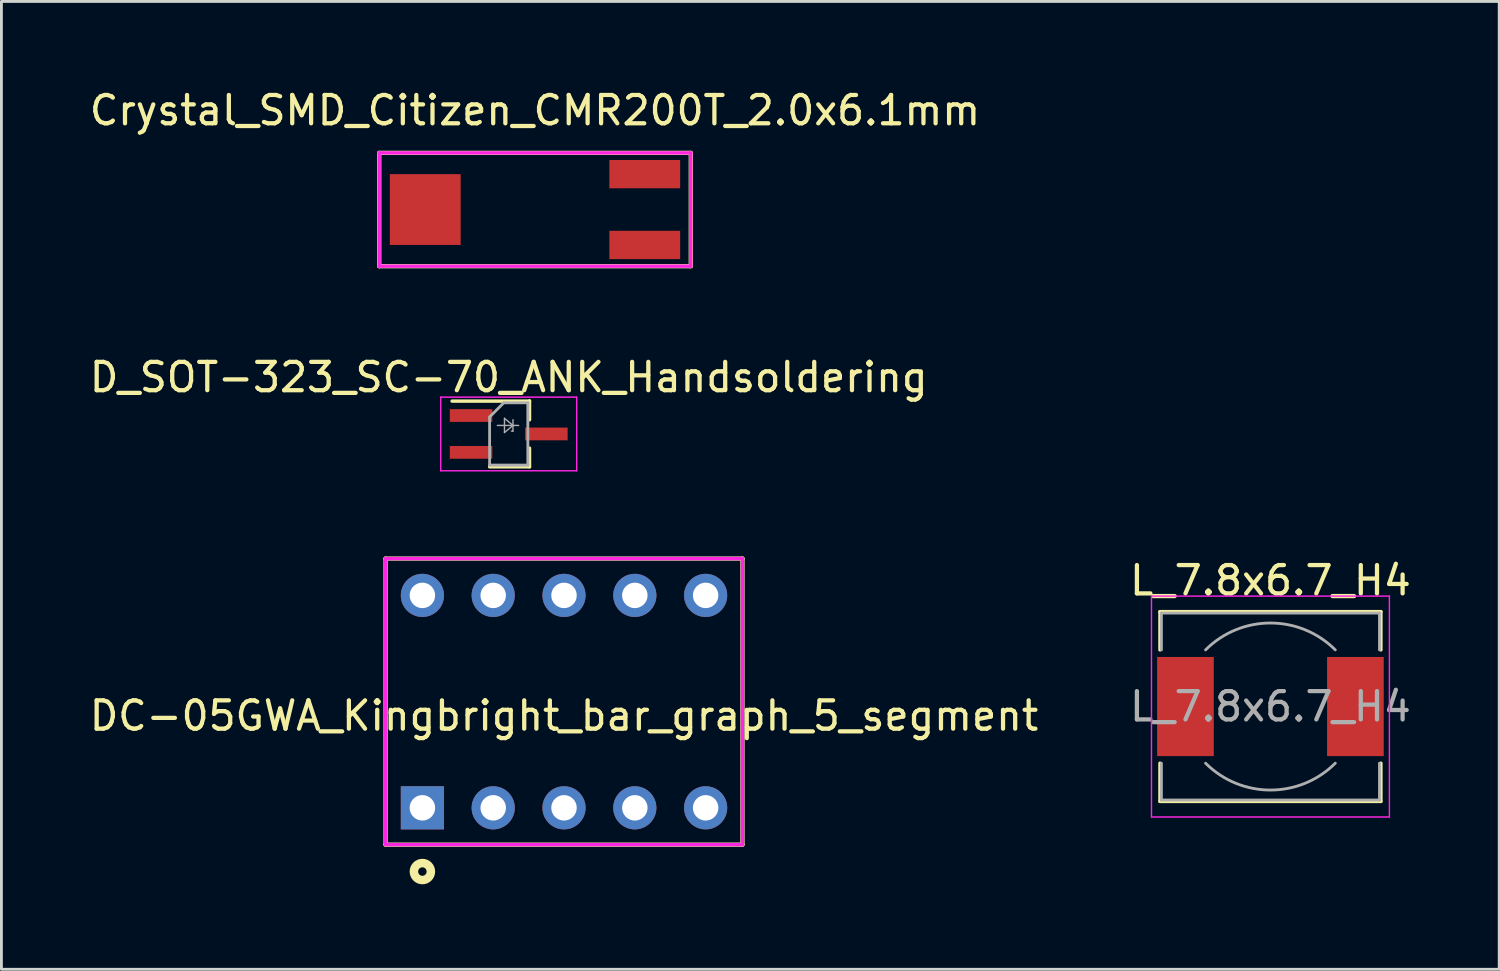
<source format=kicad_pcb>
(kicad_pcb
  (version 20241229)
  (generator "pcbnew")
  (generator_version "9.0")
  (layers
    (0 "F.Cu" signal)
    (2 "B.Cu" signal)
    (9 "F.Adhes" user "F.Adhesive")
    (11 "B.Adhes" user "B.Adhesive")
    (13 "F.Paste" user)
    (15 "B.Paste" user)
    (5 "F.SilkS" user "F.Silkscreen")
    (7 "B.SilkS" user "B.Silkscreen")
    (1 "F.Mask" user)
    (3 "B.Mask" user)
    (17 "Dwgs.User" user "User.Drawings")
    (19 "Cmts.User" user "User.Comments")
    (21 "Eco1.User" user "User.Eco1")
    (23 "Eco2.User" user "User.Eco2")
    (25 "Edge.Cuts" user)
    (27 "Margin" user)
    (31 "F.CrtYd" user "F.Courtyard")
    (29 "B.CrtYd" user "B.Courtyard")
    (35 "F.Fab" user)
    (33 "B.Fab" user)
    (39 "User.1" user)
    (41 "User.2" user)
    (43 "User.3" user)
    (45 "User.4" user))
  (footprint "DC-05GWA_Kingbright_bar_graph_5_segment"
    (layer "F.Cu")
    (at 16.863 21.721)
    (property "Reference" "DC-05GWA_Kingbright_bar_graph_5_segment" (at 0 0.5 0) (layer "F.SilkS") (effects (font (size 1 1) (thickness 0.15))))
    (attr through_hole)
    (fp_line (start -6.3 -5.05) (end 6.3 -5.05) (stroke (width 0.15) (type solid)) (layer "F.SilkS"))
    (fp_line (start -6.3 5.05) (end -6.3 -5.05) (stroke (width 0.15) (type solid)) (layer "F.SilkS"))
    (fp_line (start 6.3 -5.05) (end 6.3 5.05) (stroke (width 0.15) (type solid)) (layer "F.SilkS"))
    (fp_line (start 6.3 5.05) (end -6.3 5.05) (stroke (width 0.15) (type solid)) (layer "F.SilkS"))
    (fp_circle (center -5 6) (end -4.7 6) (stroke (width 0.3) (type solid)) (fill no) (layer "F.SilkS"))
    (fp_line (start -6.3 -5.05) (end 6.3 -5.05) (stroke (width 0.12) (type solid)) (layer "F.CrtYd"))
    (fp_line (start -6.3 5.05) (end -6.3 -5.05) (stroke (width 0.12) (type solid)) (layer "F.CrtYd"))
    (fp_line (start 6.3 -5.05) (end 6.3 5.05) (stroke (width 0.12) (type solid)) (layer "F.CrtYd"))
    (fp_line (start 6.3 5.05) (end -6.3 5.05) (stroke (width 0.12) (type solid)) (layer "F.CrtYd"))
    (pad "1" thru_hole rect (at -5 3.75) (size 1.524 1.524) (drill 0.9) (layers "*.Cu" "*.Mask"))
    (pad "2" thru_hole circle (at -2.5 3.75) (size 1.524 1.524) (drill 0.9) (layers "*.Cu" "*.Mask"))
    (pad "3" thru_hole circle (at 0 3.75) (size 1.524 1.524) (drill 0.9) (layers "*.Cu" "*.Mask"))
    (pad "4" thru_hole circle (at 2.5 3.75) (size 1.524 1.524) (drill 0.9) (layers "*.Cu" "*.Mask"))
    (pad "5" thru_hole circle (at 5 3.75) (size 1.524 1.524) (drill 0.9) (layers "*.Cu" "*.Mask"))
    (pad "6" thru_hole circle (at 5 -3.75) (size 1.524 1.524) (drill 0.9) (layers "*.Cu" "*.Mask"))
    (pad "7" thru_hole circle (at 2.5 -3.75) (size 1.524 1.524) (drill 0.9) (layers "*.Cu" "*.Mask"))
    (pad "8" thru_hole circle (at 0 -3.75) (size 1.524 1.524) (drill 0.9) (layers "*.Cu" "*.Mask"))
    (pad "9" thru_hole circle (at -2.5 -3.75) (size 1.524 1.524) (drill 0.9) (layers "*.Cu" "*.Mask"))
    (pad "10" thru_hole circle (at -5 -3.75) (size 1.524 1.524) (drill 0.9) (layers "*.Cu" "*.Mask")))
  (footprint "D_SOT-323_SC-70_ANK_Handsoldering"
    (layer "F.Cu")
    (at 14.911 12.271)
    (property "Reference" "D_SOT-323_SC-70_ANK_Handsoldering" (at 0 -2 0) (layer "F.SilkS") (effects (font (size 1 1) (thickness 0.15))))
    (attr smd)
    (fp_line (start -0.675 1.16) (end 0.735 1.16) (stroke (width 0.12) (type solid)) (layer "F.SilkS"))
    (fp_line (start 0.735 -1.17) (end 0.735 -0.5) (stroke (width 0.12) (type solid)) (layer "F.SilkS"))
    (fp_line (start 0.735 -1.16) (end -2 -1.16) (stroke (width 0.12) (type solid)) (layer "F.SilkS"))
    (fp_line (start 0.735 0.5) (end 0.735 1.16) (stroke (width 0.12) (type solid)) (layer "F.SilkS"))
    (fp_line (start -2.4 -1.3) (end 2.4 -1.3) (stroke (width 0.05) (type solid)) (layer "F.CrtYd"))
    (fp_line (start -2.4 1.3) (end -2.4 -1.3) (stroke (width 0.05) (type solid)) (layer "F.CrtYd"))
    (fp_line (start 2.4 -1.3) (end 2.4 1.3) (stroke (width 0.05) (type solid)) (layer "F.CrtYd"))
    (fp_line (start 2.4 1.3) (end -2.4 1.3) (stroke (width 0.05) (type solid)) (layer "F.CrtYd"))
    (fp_line (start -0.675 -0.6) (end -0.675 1.1) (stroke (width 0.1) (type solid)) (layer "F.Fab"))
    (fp_line (start -0.4 -0.3) (end 0.35 -0.3) (stroke (width 0.05) (type solid)) (layer "F.Fab"))
    (fp_line (start -0.175 -1.1) (end -0.675 -0.6) (stroke (width 0.1) (type solid)) (layer "F.Fab"))
    (fp_line (start -0.15 -0.55) (end -0.15 -0.05) (stroke (width 0.05) (type solid)) (layer "F.Fab"))
    (fp_line (start -0.15 -0.05) (end 0.15 -0.3) (stroke (width 0.05) (type solid)) (layer "F.Fab"))
    (fp_line (start 0.15 -0.5) (end 0.15 -0.1) (stroke (width 0.05) (type solid)) (layer "F.Fab"))
    (fp_line (start 0.15 -0.3) (end -0.15 -0.55) (stroke (width 0.05) (type solid)) (layer "F.Fab"))
    (fp_line (start 0.15 -0.1) (end 0.1 -0.1) (stroke (width 0.05) (type solid)) (layer "F.Fab"))
    (fp_line (start 0.675 -1.1) (end -0.175 -1.1) (stroke (width 0.1) (type solid)) (layer "F.Fab"))
    (fp_line (start 0.675 -1.1) (end 0.675 1.1) (stroke (width 0.1) (type solid)) (layer "F.Fab"))
    (fp_line (start 0.675 1.1) (end -0.675 1.1) (stroke (width 0.1) (type solid)) (layer "F.Fab"))
    (pad "" smd rect (at -1.33 0.65 270) (size 0.45 1.5) (layers "F.Cu" "F.Mask" "F.Paste"))
    (pad "1" smd rect (at 1.33 0 270) (size 0.45 1.5) (layers "F.Cu" "F.Mask" "F.Paste"))
    (pad "2" smd rect (at -1.33 -0.65 270) (size 0.45 1.5) (layers "F.Cu" "F.Mask" "F.Paste")))
  (footprint "L_7.8x6.7_H4"
    (layer "F.Cu")
    (at 41.804 21.895)
    (property "Reference" "L_7.8x6.7_H4" (at 0 -4.45 0) (layer "F.SilkS") (effects (font (size 1 1) (thickness 0.15))))
    (attr smd)
    (fp_line (start -3.9 -3.35) (end 3.9 -3.35) (stroke (width 0.12) (type solid)) (layer "F.SilkS"))
    (fp_line (start -3.9 -2) (end -3.9 -3.35) (stroke (width 0.12) (type solid)) (layer "F.SilkS"))
    (fp_line (start -3.9 3.35) (end -3.9 2) (stroke (width 0.12) (type solid)) (layer "F.SilkS"))
    (fp_line (start 3.9 -3.35) (end 3.9 -2) (stroke (width 0.12) (type solid)) (layer "F.SilkS"))
    (fp_line (start 3.9 2) (end 3.9 3.35) (stroke (width 0.12) (type solid)) (layer "F.SilkS"))
    (fp_line (start 3.9 3.35) (end -3.9 3.35) (stroke (width 0.12) (type solid)) (layer "F.SilkS"))
    (fp_line (start -4.2 -3.9) (end -4.2 3.9) (stroke (width 0.05) (type solid)) (layer "F.CrtYd"))
    (fp_line (start -4.2 3.9) (end 4.2 3.9) (stroke (width 0.05) (type solid)) (layer "F.CrtYd"))
    (fp_line (start 4.2 -3.9) (end -4.2 -3.9) (stroke (width 0.05) (type solid)) (layer "F.CrtYd"))
    (fp_line (start 4.2 3.9) (end 4.2 -3.9) (stroke (width 0.05) (type solid)) (layer "F.CrtYd"))
    (fp_line (start -3.85 -3.3) (end -3.85 -2) (stroke (width 0.1) (type solid)) (layer "F.Fab"))
    (fp_line (start -3.85 -3.3) (end 3.85 -3.3) (stroke (width 0.1) (type solid)) (layer "F.Fab"))
    (fp_line (start -3.85 3.3) (end -3.85 2) (stroke (width 0.1) (type solid)) (layer "F.Fab"))
    (fp_line (start 3.85 -3.3) (end 3.85 -2) (stroke (width 0.1) (type solid)) (layer "F.Fab"))
    (fp_line (start 3.85 3.3) (end -3.85 3.3) (stroke (width 0.1) (type solid)) (layer "F.Fab"))
    (fp_line (start 3.85 3.3) (end 3.85 2) (stroke (width 0.1) (type solid)) (layer "F.Fab"))
    (fp_arc (start -2.29 -2) (mid 0 -2.948549) (end 2.29 -2) (stroke (width 0.1) (type solid)) (layer "F.Fab"))
    (fp_arc (start 2.29 2) (mid 0 2.948549) (end -2.29 2) (stroke (width 0.1) (type solid)) (layer "F.Fab"))
    (fp_text user "${REFERENCE}" (at 0 0 0) (layer "F.Fab") (effects (font (size 1 1) (thickness 0.15))))
    (pad "1" smd rect (at -3 0) (size 2 3.5) (layers "F.Cu" "F.Mask" "F.Paste"))
    (pad "2" smd rect (at 3 0) (size 2 3.5) (layers "F.Cu" "F.Mask" "F.Paste")))
  (footprint "Crystal_SMD_Citizen_CMR200T_2.0x6.1mm"
    (layer "F.Cu")
    (at 15.839 4.348)
    (property "Reference" "Crystal_SMD_Citizen_CMR200T_2.0x6.1mm" (at 0 -3.5 0) (layer "F.SilkS") (effects (font (size 1 1) (thickness 0.15))))
    (attr smd)
    (fp_line (start -5.5 -2) (end -5.5 2) (stroke (width 0.15) (type solid)) (layer "F.SilkS"))
    (fp_line (start -5.5 2) (end 5.5 2) (stroke (width 0.15) (type solid)) (layer "F.SilkS"))
    (fp_line (start 5.5 -2) (end -5.5 -2) (stroke (width 0.15) (type solid)) (layer "F.SilkS"))
    (fp_line (start 5.5 2) (end 5.5 -2) (stroke (width 0.15) (type solid)) (layer "F.SilkS"))
    (fp_line (start -5.5 -2) (end -5.5 2) (stroke (width 0.12) (type solid)) (layer "F.CrtYd"))
    (fp_line (start -5.5 2) (end 5.5 2) (stroke (width 0.12) (type solid)) (layer "F.CrtYd"))
    (fp_line (start 5.5 -2) (end -5.5 -2) (stroke (width 0.12) (type solid)) (layer "F.CrtYd"))
    (fp_line (start 5.5 2) (end 5.5 -2) (stroke (width 0.12) (type solid)) (layer "F.CrtYd"))
    (pad "" smd rect (at -3.875 0) (size 2.5 2.5) (layers "F.Cu" "F.Mask" "F.Paste"))
    (pad "1" smd rect (at 3.875 -1.25) (size 2.5 1) (layers "F.Cu" "F.Mask" "F.Paste"))
    (pad "2" smd rect (at 3.875 1.25) (size 2.5 1) (layers "F.Cu" "F.Mask" "F.Paste")))
  (gr_rect
    (start -3 -3)
    (end 49.881 31.172)
    (stroke (width 0.1) (type default))
    (fill no)
    (layer "Edge.Cuts")))
</source>
